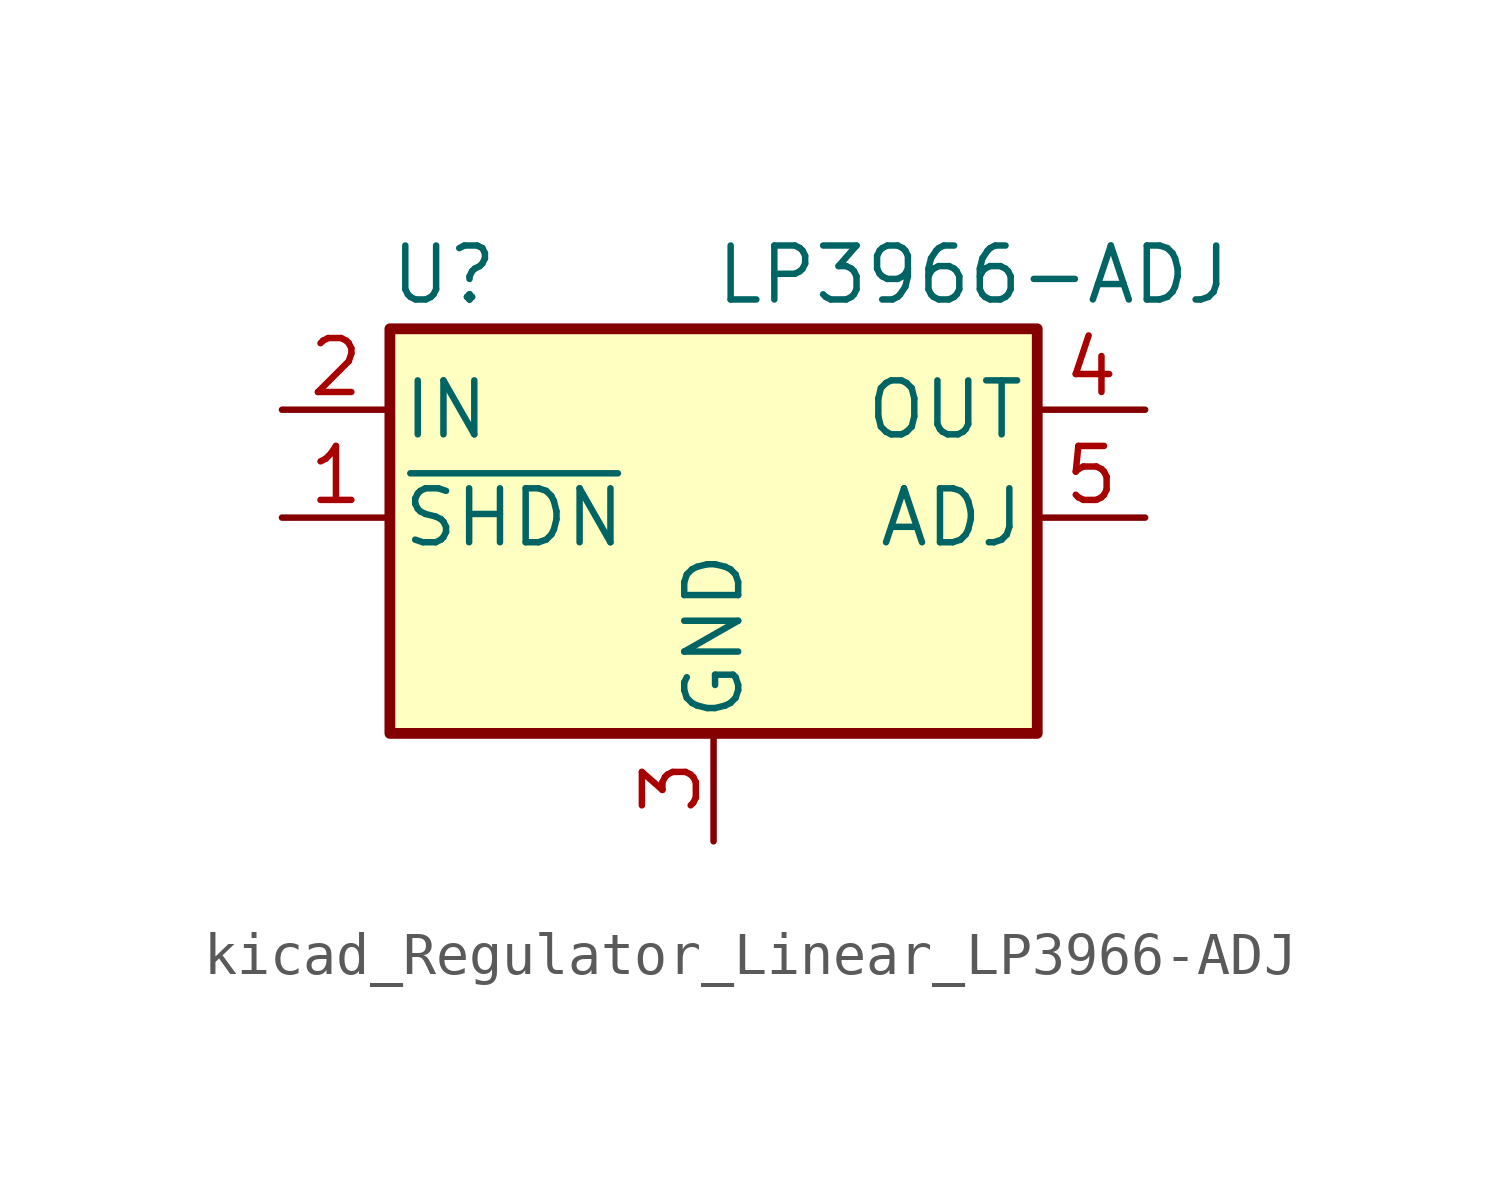
<source format=kicad_sym>
(kicad_symbol_lib
  (version 20220914)
  (generator kicad_symbol_editor)
  (symbol "kicad_Regulator_Linear_LP3966-ADJ"
    (pin_names
      (offset 0.254))
    (property "Reference" "U"
      (at -6.35 5.715 0)
      (effects (font (size 1.27 1.27))))
    (property "Value" "LP3966-ADJ"
      (at 0 5.715 0)
      (effects (font (size 1.27 1.27)) (justify left)))
    (symbol "kicad_Regulator_Linear_LP3966-ADJ_0_1"
      (rectangle (start -7.62 -5.08) (end 7.62 4.445) (stroke (width 0.254) (type default)) (fill (type background))))
    (symbol "kicad_Regulator_Linear_LP3966-ADJ_1_1"
      (pin input line (at -10.16 0 0) (length 2.54) (name "~{SHDN}" (effects (font (size 1.27 1.27)))) (number "1" (effects (font (size 1.27 1.27)))))
      (pin power_in line (at -10.16 2.54 0) (length 2.54) (name "IN" (effects (font (size 1.27 1.27)))) (number "2" (effects (font (size 1.27 1.27)))))
      (pin power_in line (at 0 -7.62 90) (length 2.54) (name "GND" (effects (font (size 1.27 1.27)))) (number "3" (effects (font (size 1.27 1.27)))))
      (pin power_out line (at 10.16 2.54 180) (length 2.54) (name "OUT" (effects (font (size 1.27 1.27)))) (number "4" (effects (font (size 1.27 1.27)))))
      (pin input line (at 10.16 0 180) (length 2.54) (name "ADJ" (effects (font (size 1.27 1.27)))) (number "5" (effects (font (size 1.27 1.27))))))))
</source>
